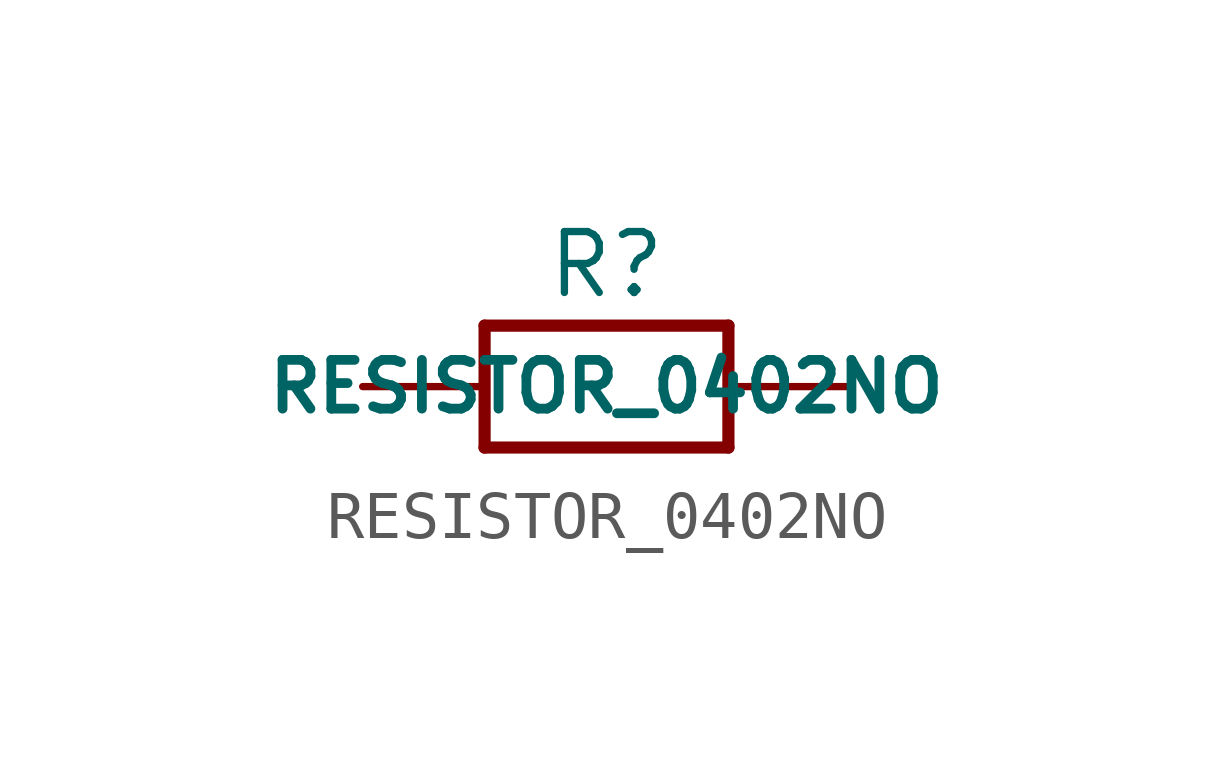
<source format=kicad_sym>
(kicad_symbol_lib
  (version 20211014)
  (generator kicad_symbol_editor)
  (symbol "RESISTOR_0402NO"
    (property "Reference" "R"
      (at 0 2.54 0)
      (effects (font (size 1.27 1.27))))
    (property "Value" "RESISTOR_0402NO"
      (at 0 0 0)
      (effects (font (size 1.016 1.016) bold)))
    (property "ki_locked" ""
      (at 0 0 0)
      (effects (font (size 1.27 1.27))))
    (symbol "RESISTOR_0402NO_1_0"
      (polyline (pts (xy -2.54 -1.27) (xy -2.54 1.27)) (stroke (width 0.254) (type default) (color 0 0 0 0)) (fill (type none)))
      (polyline (pts (xy -2.54 1.27) (xy 2.54 1.27)) (stroke (width 0.254) (type default) (color 0 0 0 0)) (fill (type none)))
      (polyline (pts (xy 2.54 -1.27) (xy -2.54 -1.27)) (stroke (width 0.254) (type default) (color 0 0 0 0)) (fill (type none)))
      (polyline (pts (xy 2.54 1.27) (xy 2.54 -1.27)) (stroke (width 0.254) (type default) (color 0 0 0 0)) (fill (type none)))
      (pin passive line (at -5.08 0 0) (length 2.54) (name "1" (effects (font (size 0 0)))) (number "1" (effects (font (size 0 0)))))
      (pin passive line (at 5.08 0 180) (length 2.54) (name "2" (effects (font (size 0 0)))) (number "2" (effects (font (size 0 0))))))))
</source>
